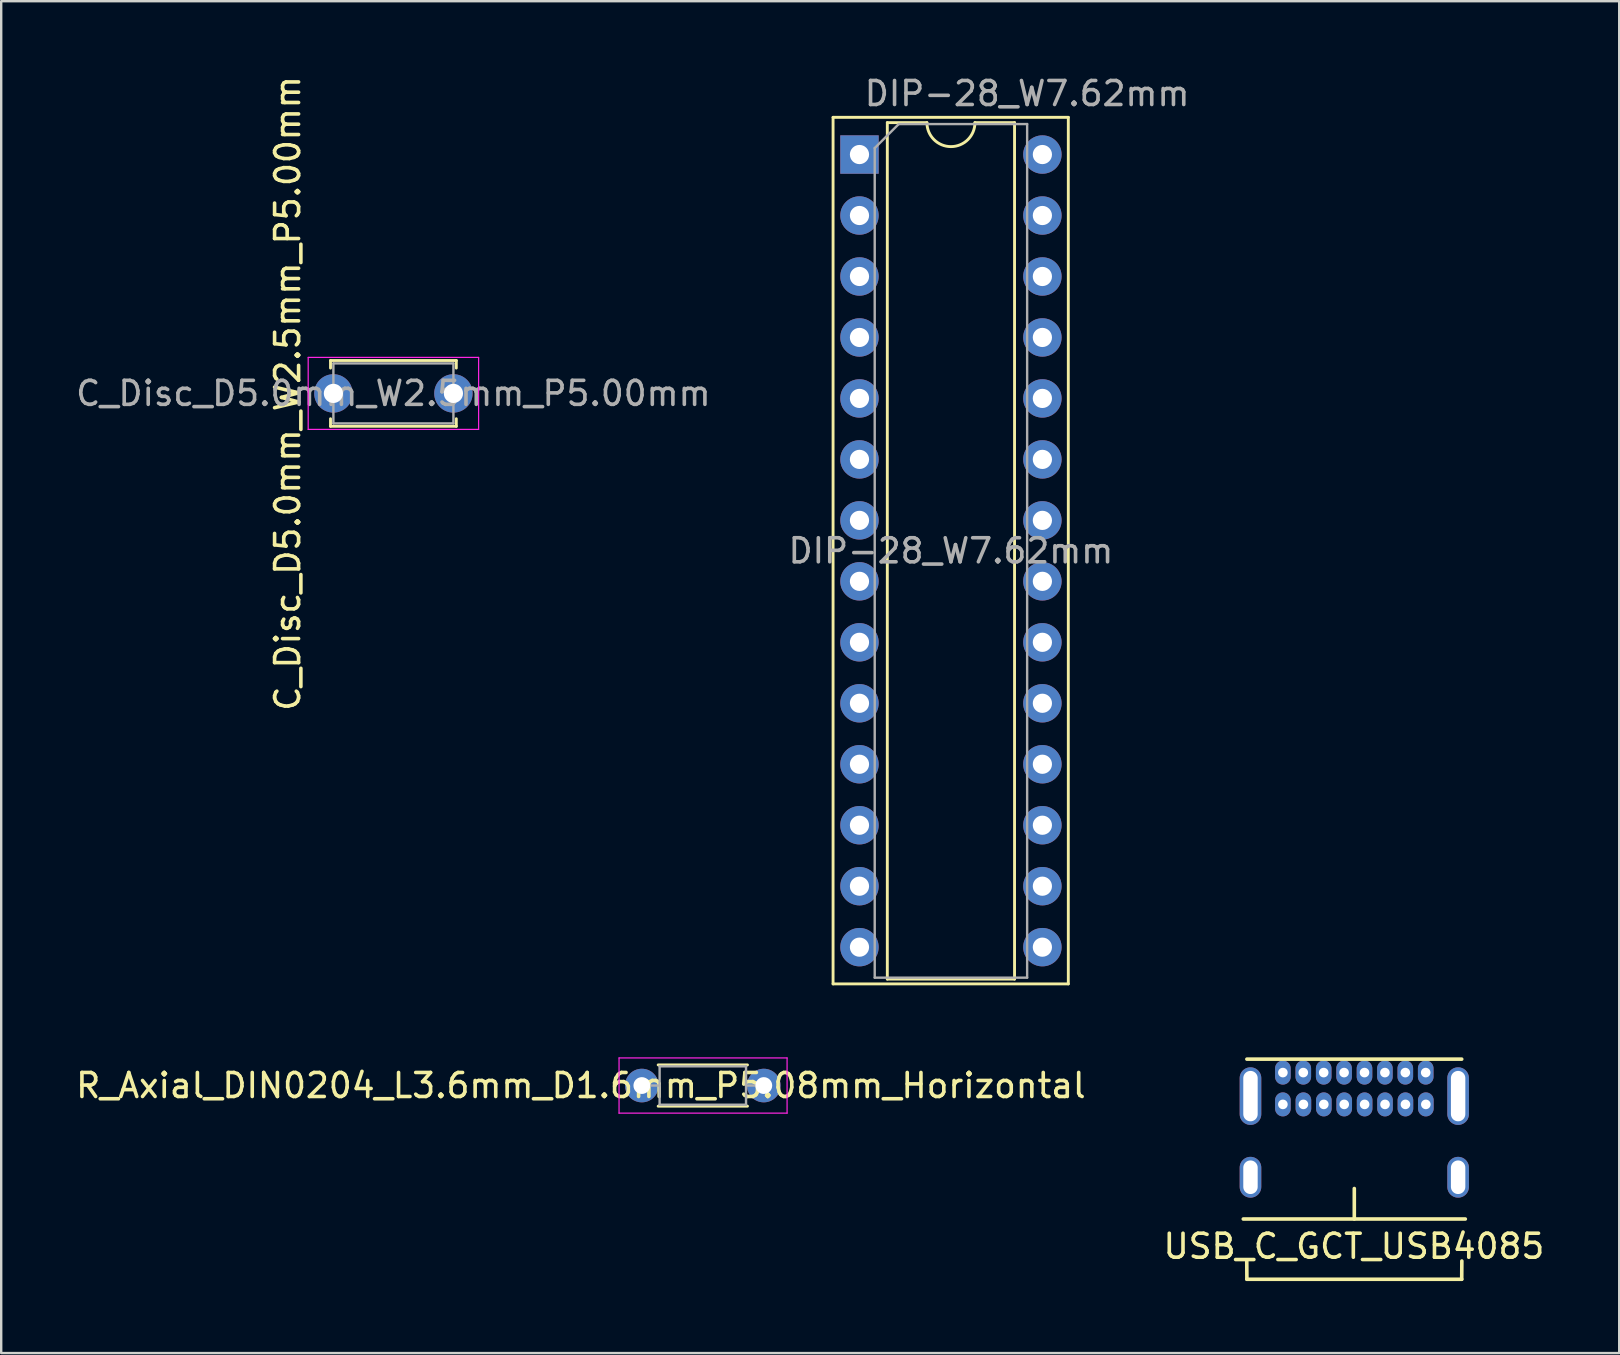
<source format=kicad_pcb>
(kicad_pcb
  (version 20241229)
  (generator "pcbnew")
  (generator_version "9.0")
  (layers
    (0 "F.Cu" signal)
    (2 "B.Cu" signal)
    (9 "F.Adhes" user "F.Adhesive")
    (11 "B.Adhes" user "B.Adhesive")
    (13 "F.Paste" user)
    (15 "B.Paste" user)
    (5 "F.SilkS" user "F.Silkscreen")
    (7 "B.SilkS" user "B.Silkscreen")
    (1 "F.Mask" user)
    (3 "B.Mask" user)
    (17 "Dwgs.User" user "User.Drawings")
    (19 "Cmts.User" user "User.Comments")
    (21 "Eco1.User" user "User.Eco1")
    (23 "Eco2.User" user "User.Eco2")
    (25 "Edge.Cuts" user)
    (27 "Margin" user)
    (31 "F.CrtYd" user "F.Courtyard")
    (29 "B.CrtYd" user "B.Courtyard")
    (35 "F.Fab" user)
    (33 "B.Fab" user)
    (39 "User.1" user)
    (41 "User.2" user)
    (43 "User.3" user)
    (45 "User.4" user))
  (footprint "DIP-28_W7.62mm"
    (layer "F.Cu")
    (at 32.755 3.388)
    (property "Reference" "DIP-28_W7.62mm" (at 6.985 -2.54 0) (layer "F.Fab") (effects (font (size 1 1) (thickness 0.15))))
    (attr through_hole)
    (fp_line (start -1.1 -1.55) (end -1.1 34.55) (stroke (width 0.12) (type solid)) (layer "F.SilkS"))
    (fp_line (start -1.1 34.55) (end 8.7 34.55) (stroke (width 0.12) (type solid)) (layer "F.SilkS"))
    (fp_line (start 1.16 -1.33) (end 1.16 34.35) (stroke (width 0.12) (type solid)) (layer "F.SilkS"))
    (fp_line (start 1.16 34.35) (end 6.46 34.35) (stroke (width 0.12) (type solid)) (layer "F.SilkS"))
    (fp_line (start 2.81 -1.33) (end 1.16 -1.33) (stroke (width 0.12) (type solid)) (layer "F.SilkS"))
    (fp_line (start 6.46 -1.33) (end 4.81 -1.33) (stroke (width 0.12) (type solid)) (layer "F.SilkS"))
    (fp_line (start 6.46 34.35) (end 6.46 -1.33) (stroke (width 0.12) (type solid)) (layer "F.SilkS"))
    (fp_line (start 8.7 -1.55) (end -1.1 -1.55) (stroke (width 0.12) (type solid)) (layer "F.SilkS"))
    (fp_line (start 8.7 34.55) (end 8.7 -1.55) (stroke (width 0.12) (type solid)) (layer "F.SilkS"))
    (fp_arc (start 4.81 -1.33) (mid 3.81 -0.33) (end 2.81 -1.33) (stroke (width 0.12) (type solid)) (layer "F.SilkS"))
    (fp_line (start 0.635 -0.27) (end 1.635 -1.27) (stroke (width 0.1) (type solid)) (layer "F.Fab"))
    (fp_line (start 0.635 34.29) (end 0.635 -0.27) (stroke (width 0.1) (type solid)) (layer "F.Fab"))
    (fp_line (start 1.635 -1.27) (end 6.985 -1.27) (stroke (width 0.1) (type solid)) (layer "F.Fab"))
    (fp_line (start 6.985 -1.27) (end 6.985 34.29) (stroke (width 0.1) (type solid)) (layer "F.Fab"))
    (fp_line (start 6.985 34.29) (end 0.635 34.29) (stroke (width 0.1) (type solid)) (layer "F.Fab"))
    (fp_text user "${REFERENCE}" (at 3.81 16.51 0) (layer "F.Fab") (effects (font (size 1 1) (thickness 0.15))))
    (pad "1" thru_hole rect (at 0 0) (size 1.6 1.6) (drill 0.8) (layers "*.Cu" "*.Mask"))
    (pad "2" thru_hole oval (at 0 2.54) (size 1.6 1.6) (drill 0.8) (layers "*.Cu" "*.Mask"))
    (pad "3" thru_hole oval (at 0 5.08) (size 1.6 1.6) (drill 0.8) (layers "*.Cu" "*.Mask"))
    (pad "4" thru_hole oval (at 0 7.62) (size 1.6 1.6) (drill 0.8) (layers "*.Cu" "*.Mask"))
    (pad "5" thru_hole oval (at 0 10.16) (size 1.6 1.6) (drill 0.8) (layers "*.Cu" "*.Mask"))
    (pad "6" thru_hole oval (at 0 12.7) (size 1.6 1.6) (drill 0.8) (layers "*.Cu" "*.Mask"))
    (pad "7" thru_hole oval (at 0 15.24) (size 1.6 1.6) (drill 0.8) (layers "*.Cu" "*.Mask"))
    (pad "8" thru_hole oval (at 0 17.78) (size 1.6 1.6) (drill 0.8) (layers "*.Cu" "*.Mask"))
    (pad "9" thru_hole oval (at 0 20.32) (size 1.6 1.6) (drill 0.8) (layers "*.Cu" "*.Mask"))
    (pad "10" thru_hole oval (at 0 22.86) (size 1.6 1.6) (drill 0.8) (layers "*.Cu" "*.Mask"))
    (pad "11" thru_hole oval (at 0 25.4) (size 1.6 1.6) (drill 0.8) (layers "*.Cu" "*.Mask"))
    (pad "12" thru_hole oval (at 0 27.94) (size 1.6 1.6) (drill 0.8) (layers "*.Cu" "*.Mask"))
    (pad "13" thru_hole oval (at 0 30.48) (size 1.6 1.6) (drill 0.8) (layers "*.Cu" "*.Mask"))
    (pad "14" thru_hole oval (at 0 33.02) (size 1.6 1.6) (drill 0.8) (layers "*.Cu" "*.Mask"))
    (pad "15" thru_hole oval (at 7.62 33.02) (size 1.6 1.6) (drill 0.8) (layers "*.Cu" "*.Mask"))
    (pad "16" thru_hole oval (at 7.62 30.48) (size 1.6 1.6) (drill 0.8) (layers "*.Cu" "*.Mask"))
    (pad "17" thru_hole oval (at 7.62 27.94) (size 1.6 1.6) (drill 0.8) (layers "*.Cu" "*.Mask"))
    (pad "18" thru_hole oval (at 7.62 25.4) (size 1.6 1.6) (drill 0.8) (layers "*.Cu" "*.Mask"))
    (pad "19" thru_hole oval (at 7.62 22.86) (size 1.6 1.6) (drill 0.8) (layers "*.Cu" "*.Mask"))
    (pad "20" thru_hole oval (at 7.62 20.32) (size 1.6 1.6) (drill 0.8) (layers "*.Cu" "*.Mask"))
    (pad "21" thru_hole oval (at 7.62 17.78) (size 1.6 1.6) (drill 0.8) (layers "*.Cu" "*.Mask"))
    (pad "22" thru_hole oval (at 7.62 15.24) (size 1.6 1.6) (drill 0.8) (layers "*.Cu" "*.Mask"))
    (pad "23" thru_hole oval (at 7.62 12.7) (size 1.6 1.6) (drill 0.8) (layers "*.Cu" "*.Mask"))
    (pad "24" thru_hole oval (at 7.62 10.16) (size 1.6 1.6) (drill 0.8) (layers "*.Cu" "*.Mask"))
    (pad "25" thru_hole oval (at 7.62 7.62) (size 1.6 1.6) (drill 0.8) (layers "*.Cu" "*.Mask"))
    (pad "26" thru_hole oval (at 7.62 5.08) (size 1.6 1.6) (drill 0.8) (layers "*.Cu" "*.Mask"))
    (pad "27" thru_hole oval (at 7.62 2.54) (size 1.6 1.6) (drill 0.8) (layers "*.Cu" "*.Mask"))
    (pad "28" thru_hole oval (at 7.62 0) (size 1.6 1.6) (drill 0.8) (layers "*.Cu" "*.Mask")))
  (footprint "C_Disc_D5.0mm_W2.5mm_P5.00mm"
    (layer "F.Cu")
    (at 10.839 13.339)
    (property "Reference" "C_Disc_D5.0mm_W2.5mm_P5.00mm" (at -1.905 0 90) (layer "F.SilkS") (effects (font (size 1 1) (thickness 0.15))))
    (attr through_hole)
    (fp_line (start -0.12 -1.37) (end -0.12 -1.055) (stroke (width 0.12) (type solid)) (layer "F.SilkS"))
    (fp_line (start -0.12 -1.37) (end 5.12 -1.37) (stroke (width 0.12) (type solid)) (layer "F.SilkS"))
    (fp_line (start -0.12 1.055) (end -0.12 1.37) (stroke (width 0.12) (type solid)) (layer "F.SilkS"))
    (fp_line (start -0.12 1.37) (end 5.12 1.37) (stroke (width 0.12) (type solid)) (layer "F.SilkS"))
    (fp_line (start 5.12 -1.37) (end 5.12 -1.055) (stroke (width 0.12) (type solid)) (layer "F.SilkS"))
    (fp_line (start 5.12 1.055) (end 5.12 1.37) (stroke (width 0.12) (type solid)) (layer "F.SilkS"))
    (fp_line (start -1.05 -1.5) (end -1.05 1.5) (stroke (width 0.05) (type solid)) (layer "F.CrtYd"))
    (fp_line (start -1.05 1.5) (end 6.05 1.5) (stroke (width 0.05) (type solid)) (layer "F.CrtYd"))
    (fp_line (start 6.05 -1.5) (end -1.05 -1.5) (stroke (width 0.05) (type solid)) (layer "F.CrtYd"))
    (fp_line (start 6.05 1.5) (end 6.05 -1.5) (stroke (width 0.05) (type solid)) (layer "F.CrtYd"))
    (fp_line (start 0 -1.25) (end 0 1.25) (stroke (width 0.1) (type solid)) (layer "F.Fab"))
    (fp_line (start 0 1.25) (end 5 1.25) (stroke (width 0.1) (type solid)) (layer "F.Fab"))
    (fp_line (start 5 -1.25) (end 0 -1.25) (stroke (width 0.1) (type solid)) (layer "F.Fab"))
    (fp_line (start 5 1.25) (end 5 -1.25) (stroke (width 0.1) (type solid)) (layer "F.Fab"))
    (fp_text user "${REFERENCE}" (at 2.5 0 180) (layer "F.Fab") (effects (font (size 1 1) (thickness 0.15))))
    (pad "1" thru_hole circle (at 0 0) (size 1.6 1.6) (drill 0.8) (layers "*.Cu" "*.Mask"))
    (pad "2" thru_hole circle (at 5 0) (size 1.6 1.6) (drill 0.8) (layers "*.Cu" "*.Mask")))
  (footprint "R_Axial_DIN0204_L3.6mm_D1.6mm_P5.08mm_Horizontal"
    (layer "F.Cu")
    (at 23.689 42.173)
    (property "Reference" "R_Axial_DIN0204_L3.6mm_D1.6mm_P5.08mm_Horizontal" (at -2.54 0 0) (layer "F.SilkS") (effects (font (size 1 1) (thickness 0.15))))
    (attr through_hole)
    (fp_line (start 0.68 -0.86) (end 4.4 -0.86) (stroke (width 0.12) (type solid)) (layer "F.SilkS"))
    (fp_line (start 0.68 0.86) (end 4.4 0.86) (stroke (width 0.12) (type solid)) (layer "F.SilkS"))
    (fp_line (start -0.95 -1.15) (end -0.95 1.15) (stroke (width 0.05) (type solid)) (layer "F.CrtYd"))
    (fp_line (start -0.95 1.15) (end 6.05 1.15) (stroke (width 0.05) (type solid)) (layer "F.CrtYd"))
    (fp_line (start 6.05 -1.15) (end -0.95 -1.15) (stroke (width 0.05) (type solid)) (layer "F.CrtYd"))
    (fp_line (start 6.05 1.15) (end 6.05 -1.15) (stroke (width 0.05) (type solid)) (layer "F.CrtYd"))
    (fp_line (start 0 0) (end 0.74 0) (stroke (width 0.1) (type solid)) (layer "F.Fab"))
    (fp_line (start 0.74 -0.8) (end 0.74 0.8) (stroke (width 0.1) (type solid)) (layer "F.Fab"))
    (fp_line (start 0.74 0.8) (end 4.34 0.8) (stroke (width 0.1) (type solid)) (layer "F.Fab"))
    (fp_line (start 4.34 -0.8) (end 0.74 -0.8) (stroke (width 0.1) (type solid)) (layer "F.Fab"))
    (fp_line (start 4.34 0.8) (end 4.34 -0.8) (stroke (width 0.1) (type solid)) (layer "F.Fab"))
    (fp_line (start 5.08 0) (end 4.34 0) (stroke (width 0.1) (type solid)) (layer "F.Fab"))
    (pad "1" thru_hole circle (at 0 0) (size 1.4 1.4) (drill 0.7) (layers "*.Cu" "*.Mask"))
    (pad "2" thru_hole oval (at 5.08 0) (size 1.4 1.4) (drill 0.7) (layers "*.Cu" "*.Mask")))
  (footprint "USB_C_GCT_USB4085"
    (layer "F.Cu")
    (at 53.369 47.733)
    (property "Reference" "USB_C_GCT_USB4085" (at -0.017 1.137 0) (layer "F.SilkS") (effects (font (size 1 1) (thickness 0.15))))
    (attr through_hole)
    (fp_line (start -4.625 0) (end 4.625 0) (stroke (width 0.15) (type solid)) (layer "F.SilkS"))
    (fp_line (start -4.475 -6.66) (end 4.475 -6.66) (stroke (width 0.15) (type solid)) (layer "F.SilkS"))
    (fp_line (start -4.475 2.51) (end -4.48 1.75) (stroke (width 0.15) (type solid)) (layer "F.SilkS"))
    (fp_line (start -4.475 2.51) (end 4.475 2.51) (stroke (width 0.15) (type solid)) (layer "F.SilkS"))
    (fp_line (start 0 0) (end 0 -1.27) (stroke (width 0.15) (type solid)) (layer "F.SilkS"))
    (fp_line (start 4.48 1.75) (end 4.475 2.51) (stroke (width 0.15) (type solid)) (layer "F.SilkS"))
    (pad "A1" thru_hole oval (at -2.975 -6.1) (size 0.65 1) (drill 0.4) (layers "*.Cu" "*.Mask"))
    (pad "A4" thru_hole oval (at -2.125 -6.1) (size 0.65 1) (drill 0.4) (layers "*.Cu" "*.Mask"))
    (pad "A5" thru_hole oval (at -1.275 -6.1) (size 0.65 1) (drill 0.4) (layers "*.Cu" "*.Mask"))
    (pad "A6" thru_hole oval (at -0.425 -6.1) (size 0.65 1) (drill 0.4) (layers "*.Cu" "*.Mask"))
    (pad "A7" thru_hole oval (at 0.425 -6.1) (size 0.65 1) (drill 0.4) (layers "*.Cu" "*.Mask"))
    (pad "A8" thru_hole oval (at 1.275 -6.1) (size 0.65 1) (drill 0.4) (layers "*.Cu" "*.Mask"))
    (pad "A9" thru_hole oval (at 2.125 -6.1) (size 0.65 1) (drill 0.4) (layers "*.Cu" "*.Mask"))
    (pad "A12" thru_hole oval (at 2.975 -6.1) (size 0.65 1) (drill 0.4) (layers "*.Cu" "*.Mask"))
    (pad "B1" thru_hole oval (at 2.98 -4.775) (size 0.65 1) (drill 0.4) (layers "*.Cu" "*.Mask"))
    (pad "B4" thru_hole oval (at 2.13 -4.775) (size 0.65 1) (drill 0.4) (layers "*.Cu" "*.Mask"))
    (pad "B5" thru_hole oval (at 1.28 -4.775) (size 0.65 1) (drill 0.4) (layers "*.Cu" "*.Mask"))
    (pad "B6" thru_hole oval (at 0.43 -4.775) (size 0.65 1) (drill 0.4) (layers "*.Cu" "*.Mask"))
    (pad "B7" thru_hole oval (at -0.42 -4.775) (size 0.65 1) (drill 0.4) (layers "*.Cu" "*.Mask"))
    (pad "B8" thru_hole oval (at -1.27 -4.775) (size 0.65 1) (drill 0.4) (layers "*.Cu" "*.Mask"))
    (pad "B9" thru_hole oval (at -2.12 -4.775) (size 0.65 1) (drill 0.4) (layers "*.Cu" "*.Mask"))
    (pad "B12" thru_hole oval (at -2.975 -4.775) (size 0.65 1) (drill 0.4) (layers "*.Cu" "*.Mask"))
    (pad "S1" thru_hole oval (at -4.325 -5.12) (size 0.9 2.4) (drill oval 0.6 2.1) (layers "*.Cu" "*.Mask"))
    (pad "S1" thru_hole oval (at -4.325 -1.74) (size 0.9 1.7) (drill oval 0.6 1.4) (layers "*.Cu" "*.Mask"))
    (pad "S1" thru_hole oval (at 4.325 -5.12) (size 0.9 2.4) (drill oval 0.6 2.1) (layers "*.Cu" "*.Mask"))
    (pad "S1" thru_hole oval (at 4.325 -1.74) (size 0.9 1.7) (drill oval 0.6 1.4) (layers "*.Cu" "*.Mask")))
  (gr_rect
    (start -3 -3)
    (end 64.405 53.318)
    (stroke (width 0.1) (type default))
    (fill no)
    (layer "Edge.Cuts")))
</source>
